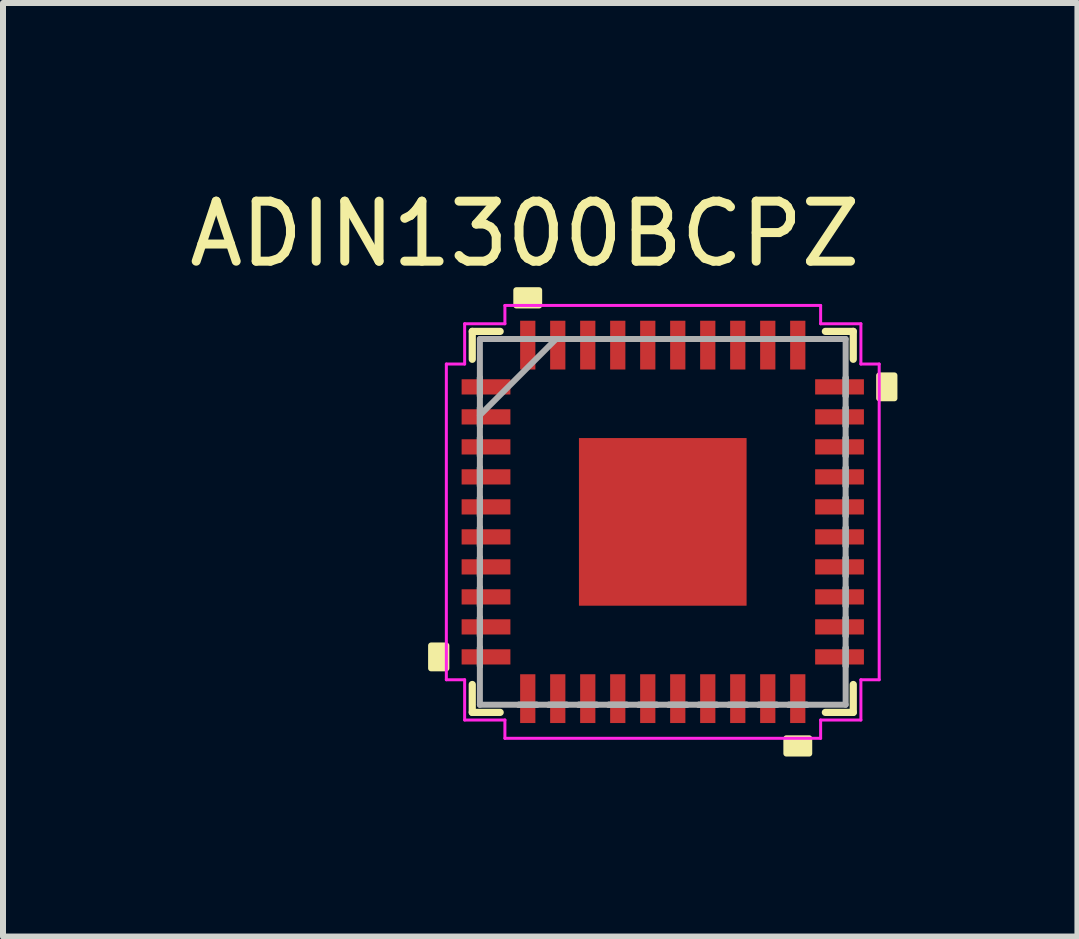
<source format=kicad_pcb>
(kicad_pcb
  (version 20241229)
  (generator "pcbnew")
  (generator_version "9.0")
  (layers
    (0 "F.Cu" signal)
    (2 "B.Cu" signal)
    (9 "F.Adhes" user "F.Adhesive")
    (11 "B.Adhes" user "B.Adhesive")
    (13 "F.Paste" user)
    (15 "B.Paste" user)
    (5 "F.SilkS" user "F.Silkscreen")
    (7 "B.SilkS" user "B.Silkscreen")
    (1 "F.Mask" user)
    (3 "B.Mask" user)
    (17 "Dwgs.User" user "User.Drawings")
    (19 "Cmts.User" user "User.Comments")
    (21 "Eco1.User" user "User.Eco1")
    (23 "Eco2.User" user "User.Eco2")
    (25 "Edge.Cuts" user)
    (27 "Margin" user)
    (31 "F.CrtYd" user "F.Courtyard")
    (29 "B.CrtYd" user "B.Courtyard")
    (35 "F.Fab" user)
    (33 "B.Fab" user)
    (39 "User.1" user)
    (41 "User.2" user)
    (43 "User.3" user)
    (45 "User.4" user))
  (footprint "ADIN1300BCPZ"
    (layer "F.Cu")
    (at 7.996 5.648)
    (property "Reference" "ADIN1300BCPZ" (at -2.3 -4.8 0) (layer "F.SilkS") (effects (font (size 1 1) (thickness 0.15))))
    (attr through_hole)
    (fp_line (start -3.175 -3.175) (end -3.175 -2.71) (stroke (width 0.12) (type solid)) (layer "F.SilkS"))
    (fp_line (start -3.175 2.71) (end -3.175 3.175) (stroke (width 0.12) (type solid)) (layer "F.SilkS"))
    (fp_line (start -3.175 3.175) (end -2.71 3.175) (stroke (width 0.12) (type solid)) (layer "F.SilkS"))
    (fp_line (start -2.71 -3.175) (end -3.175 -3.175) (stroke (width 0.12) (type solid)) (layer "F.SilkS"))
    (fp_line (start 2.71 3.175) (end 3.175 3.175) (stroke (width 0.12) (type solid)) (layer "F.SilkS"))
    (fp_line (start 3.175 -3.175) (end 2.71 -3.175) (stroke (width 0.12) (type solid)) (layer "F.SilkS"))
    (fp_line (start 3.175 -2.71) (end 3.175 -3.175) (stroke (width 0.12) (type solid)) (layer "F.SilkS"))
    (fp_line (start 3.175 3.175) (end 3.175 2.71) (stroke (width 0.12) (type solid)) (layer "F.SilkS"))
    (fp_poly (pts (xy -3.861 2.06) (xy -3.861 2.441) (xy -3.607 2.441) (xy -3.607 2.06)) (stroke (width 0.1) (type solid)) (fill yes) (layer "F.SilkS"))
    (fp_poly (pts (xy -2.441 -3.607) (xy -2.441 -3.861) (xy -2.06 -3.861) (xy -2.06 -3.607)) (stroke (width 0.1) (type solid)) (fill yes) (layer "F.SilkS"))
    (fp_poly (pts (xy 2.06 3.607) (xy 2.06 3.861) (xy 2.441 3.861) (xy 2.441 3.607)) (stroke (width 0.1) (type solid)) (fill yes) (layer "F.SilkS"))
    (fp_poly (pts (xy 3.861 -2.441) (xy 3.861 -2.06) (xy 3.607 -2.06) (xy 3.607 -2.441)) (stroke (width 0.1) (type solid)) (fill yes) (layer "F.SilkS"))
    (fp_line (start -3.607 -2.631) (end -3.302 -2.631) (stroke (width 0.05) (type solid)) (layer "F.CrtYd"))
    (fp_line (start -3.607 2.631) (end -3.607 -2.631) (stroke (width 0.05) (type solid)) (layer "F.CrtYd"))
    (fp_line (start -3.302 -3.302) (end -2.631 -3.302) (stroke (width 0.05) (type solid)) (layer "F.CrtYd"))
    (fp_line (start -3.302 -2.631) (end -3.302 -3.302) (stroke (width 0.05) (type solid)) (layer "F.CrtYd"))
    (fp_line (start -3.302 2.631) (end -3.607 2.631) (stroke (width 0.05) (type solid)) (layer "F.CrtYd"))
    (fp_line (start -3.302 3.302) (end -3.302 2.631) (stroke (width 0.05) (type solid)) (layer "F.CrtYd"))
    (fp_line (start -2.631 -3.607) (end 2.631 -3.607) (stroke (width 0.05) (type solid)) (layer "F.CrtYd"))
    (fp_line (start -2.631 -3.302) (end -2.631 -3.607) (stroke (width 0.05) (type solid)) (layer "F.CrtYd"))
    (fp_line (start -2.631 3.302) (end -3.302 3.302) (stroke (width 0.05) (type solid)) (layer "F.CrtYd"))
    (fp_line (start -2.631 3.607) (end -2.631 3.302) (stroke (width 0.05) (type solid)) (layer "F.CrtYd"))
    (fp_line (start 2.631 -3.607) (end 2.631 -3.302) (stroke (width 0.05) (type solid)) (layer "F.CrtYd"))
    (fp_line (start 2.631 -3.302) (end 3.302 -3.302) (stroke (width 0.05) (type solid)) (layer "F.CrtYd"))
    (fp_line (start 2.631 3.302) (end 2.631 3.607) (stroke (width 0.05) (type solid)) (layer "F.CrtYd"))
    (fp_line (start 2.631 3.607) (end -2.631 3.607) (stroke (width 0.05) (type solid)) (layer "F.CrtYd"))
    (fp_line (start 3.302 -3.302) (end 3.302 -2.631) (stroke (width 0.05) (type solid)) (layer "F.CrtYd"))
    (fp_line (start 3.302 -2.631) (end 3.607 -2.631) (stroke (width 0.05) (type solid)) (layer "F.CrtYd"))
    (fp_line (start 3.302 2.631) (end 3.302 3.302) (stroke (width 0.05) (type solid)) (layer "F.CrtYd"))
    (fp_line (start 3.302 3.302) (end 2.631 3.302) (stroke (width 0.05) (type solid)) (layer "F.CrtYd"))
    (fp_line (start 3.607 -2.631) (end 3.607 2.631) (stroke (width 0.05) (type solid)) (layer "F.CrtYd"))
    (fp_line (start 3.607 2.631) (end 3.302 2.631) (stroke (width 0.05) (type solid)) (layer "F.CrtYd"))
    (fp_line (start -3.048 -3.048) (end -3.048 3.048) (stroke (width 0.1) (type solid)) (layer "F.Fab"))
    (fp_line (start -3.048 -2.402) (end -3.048 -2.402) (stroke (width 0.1) (type solid)) (layer "F.Fab"))
    (fp_line (start -3.048 -2.402) (end -3.048 -2.098) (stroke (width 0.1) (type solid)) (layer "F.Fab"))
    (fp_line (start -3.048 -2.098) (end -3.048 -2.402) (stroke (width 0.1) (type solid)) (layer "F.Fab"))
    (fp_line (start -3.048 -2.098) (end -3.048 -2.098) (stroke (width 0.1) (type solid)) (layer "F.Fab"))
    (fp_line (start -3.048 -1.902) (end -3.048 -1.902) (stroke (width 0.1) (type solid)) (layer "F.Fab"))
    (fp_line (start -3.048 -1.902) (end -3.048 -1.598) (stroke (width 0.1) (type solid)) (layer "F.Fab"))
    (fp_line (start -3.048 -1.778) (end -1.778 -3.048) (stroke (width 0.1) (type solid)) (layer "F.Fab"))
    (fp_line (start -3.048 -1.598) (end -3.048 -1.902) (stroke (width 0.1) (type solid)) (layer "F.Fab"))
    (fp_line (start -3.048 -1.598) (end -3.048 -1.598) (stroke (width 0.1) (type solid)) (layer "F.Fab"))
    (fp_line (start -3.048 -1.402) (end -3.048 -1.402) (stroke (width 0.1) (type solid)) (layer "F.Fab"))
    (fp_line (start -3.048 -1.402) (end -3.048 -1.098) (stroke (width 0.1) (type solid)) (layer "F.Fab"))
    (fp_line (start -3.048 -1.098) (end -3.048 -1.402) (stroke (width 0.1) (type solid)) (layer "F.Fab"))
    (fp_line (start -3.048 -1.098) (end -3.048 -1.098) (stroke (width 0.1) (type solid)) (layer "F.Fab"))
    (fp_line (start -3.048 -0.902) (end -3.048 -0.902) (stroke (width 0.1) (type solid)) (layer "F.Fab"))
    (fp_line (start -3.048 -0.902) (end -3.048 -0.598) (stroke (width 0.1) (type solid)) (layer "F.Fab"))
    (fp_line (start -3.048 -0.598) (end -3.048 -0.902) (stroke (width 0.1) (type solid)) (layer "F.Fab"))
    (fp_line (start -3.048 -0.598) (end -3.048 -0.598) (stroke (width 0.1) (type solid)) (layer "F.Fab"))
    (fp_line (start -3.048 -0.402) (end -3.048 -0.402) (stroke (width 0.1) (type solid)) (layer "F.Fab"))
    (fp_line (start -3.048 -0.402) (end -3.048 -0.098) (stroke (width 0.1) (type solid)) (layer "F.Fab"))
    (fp_line (start -3.048 -0.098) (end -3.048 -0.402) (stroke (width 0.1) (type solid)) (layer "F.Fab"))
    (fp_line (start -3.048 -0.098) (end -3.048 -0.098) (stroke (width 0.1) (type solid)) (layer "F.Fab"))
    (fp_line (start -3.048 0.098) (end -3.048 0.098) (stroke (width 0.1) (type solid)) (layer "F.Fab"))
    (fp_line (start -3.048 0.098) (end -3.048 0.402) (stroke (width 0.1) (type solid)) (layer "F.Fab"))
    (fp_line (start -3.048 0.402) (end -3.048 0.098) (stroke (width 0.1) (type solid)) (layer "F.Fab"))
    (fp_line (start -3.048 0.402) (end -3.048 0.402) (stroke (width 0.1) (type solid)) (layer "F.Fab"))
    (fp_line (start -3.048 0.598) (end -3.048 0.598) (stroke (width 0.1) (type solid)) (layer "F.Fab"))
    (fp_line (start -3.048 0.598) (end -3.048 0.902) (stroke (width 0.1) (type solid)) (layer "F.Fab"))
    (fp_line (start -3.048 0.902) (end -3.048 0.598) (stroke (width 0.1) (type solid)) (layer "F.Fab"))
    (fp_line (start -3.048 0.902) (end -3.048 0.902) (stroke (width 0.1) (type solid)) (layer "F.Fab"))
    (fp_line (start -3.048 1.098) (end -3.048 1.098) (stroke (width 0.1) (type solid)) (layer "F.Fab"))
    (fp_line (start -3.048 1.098) (end -3.048 1.402) (stroke (width 0.1) (type solid)) (layer "F.Fab"))
    (fp_line (start -3.048 1.402) (end -3.048 1.098) (stroke (width 0.1) (type solid)) (layer "F.Fab"))
    (fp_line (start -3.048 1.402) (end -3.048 1.402) (stroke (width 0.1) (type solid)) (layer "F.Fab"))
    (fp_line (start -3.048 1.598) (end -3.048 1.598) (stroke (width 0.1) (type solid)) (layer "F.Fab"))
    (fp_line (start -3.048 1.598) (end -3.048 1.902) (stroke (width 0.1) (type solid)) (layer "F.Fab"))
    (fp_line (start -3.048 1.902) (end -3.048 1.598) (stroke (width 0.1) (type solid)) (layer "F.Fab"))
    (fp_line (start -3.048 1.902) (end -3.048 1.902) (stroke (width 0.1) (type solid)) (layer "F.Fab"))
    (fp_line (start -3.048 2.098) (end -3.048 2.098) (stroke (width 0.1) (type solid)) (layer "F.Fab"))
    (fp_line (start -3.048 2.098) (end -3.048 2.402) (stroke (width 0.1) (type solid)) (layer "F.Fab"))
    (fp_line (start -3.048 2.402) (end -3.048 2.098) (stroke (width 0.1) (type solid)) (layer "F.Fab"))
    (fp_line (start -3.048 2.402) (end -3.048 2.402) (stroke (width 0.1) (type solid)) (layer "F.Fab"))
    (fp_line (start -3.048 3.048) (end 3.048 3.048) (stroke (width 0.1) (type solid)) (layer "F.Fab"))
    (fp_line (start -2.402 -3.048) (end -2.402 -3.048) (stroke (width 0.1) (type solid)) (layer "F.Fab"))
    (fp_line (start -2.402 -3.048) (end -2.098 -3.048) (stroke (width 0.1) (type solid)) (layer "F.Fab"))
    (fp_line (start -2.402 3.048) (end -2.402 3.048) (stroke (width 0.1) (type solid)) (layer "F.Fab"))
    (fp_line (start -2.402 3.048) (end -2.098 3.048) (stroke (width 0.1) (type solid)) (layer "F.Fab"))
    (fp_line (start -2.098 -3.048) (end -2.402 -3.048) (stroke (width 0.1) (type solid)) (layer "F.Fab"))
    (fp_line (start -2.098 -3.048) (end -2.098 -3.048) (stroke (width 0.1) (type solid)) (layer "F.Fab"))
    (fp_line (start -2.098 3.048) (end -2.402 3.048) (stroke (width 0.1) (type solid)) (layer "F.Fab"))
    (fp_line (start -2.098 3.048) (end -2.098 3.048) (stroke (width 0.1) (type solid)) (layer "F.Fab"))
    (fp_line (start -1.902 -3.048) (end -1.902 -3.048) (stroke (width 0.1) (type solid)) (layer "F.Fab"))
    (fp_line (start -1.902 -3.048) (end -1.598 -3.048) (stroke (width 0.1) (type solid)) (layer "F.Fab"))
    (fp_line (start -1.902 3.048) (end -1.902 3.048) (stroke (width 0.1) (type solid)) (layer "F.Fab"))
    (fp_line (start -1.902 3.048) (end -1.598 3.048) (stroke (width 0.1) (type solid)) (layer "F.Fab"))
    (fp_line (start -1.598 -3.048) (end -1.902 -3.048) (stroke (width 0.1) (type solid)) (layer "F.Fab"))
    (fp_line (start -1.598 -3.048) (end -1.598 -3.048) (stroke (width 0.1) (type solid)) (layer "F.Fab"))
    (fp_line (start -1.598 3.048) (end -1.902 3.048) (stroke (width 0.1) (type solid)) (layer "F.Fab"))
    (fp_line (start -1.598 3.048) (end -1.598 3.048) (stroke (width 0.1) (type solid)) (layer "F.Fab"))
    (fp_line (start -1.402 -3.048) (end -1.402 -3.048) (stroke (width 0.1) (type solid)) (layer "F.Fab"))
    (fp_line (start -1.402 -3.048) (end -1.098 -3.048) (stroke (width 0.1) (type solid)) (layer "F.Fab"))
    (fp_line (start -1.402 3.048) (end -1.402 3.048) (stroke (width 0.1) (type solid)) (layer "F.Fab"))
    (fp_line (start -1.402 3.048) (end -1.098 3.048) (stroke (width 0.1) (type solid)) (layer "F.Fab"))
    (fp_line (start -1.098 -3.048) (end -1.402 -3.048) (stroke (width 0.1) (type solid)) (layer "F.Fab"))
    (fp_line (start -1.098 -3.048) (end -1.098 -3.048) (stroke (width 0.1) (type solid)) (layer "F.Fab"))
    (fp_line (start -1.098 3.048) (end -1.402 3.048) (stroke (width 0.1) (type solid)) (layer "F.Fab"))
    (fp_line (start -1.098 3.048) (end -1.098 3.048) (stroke (width 0.1) (type solid)) (layer "F.Fab"))
    (fp_line (start -0.902 -3.048) (end -0.902 -3.048) (stroke (width 0.1) (type solid)) (layer "F.Fab"))
    (fp_line (start -0.902 -3.048) (end -0.598 -3.048) (stroke (width 0.1) (type solid)) (layer "F.Fab"))
    (fp_line (start -0.902 3.048) (end -0.902 3.048) (stroke (width 0.1) (type solid)) (layer "F.Fab"))
    (fp_line (start -0.902 3.048) (end -0.598 3.048) (stroke (width 0.1) (type solid)) (layer "F.Fab"))
    (fp_line (start -0.598 -3.048) (end -0.902 -3.048) (stroke (width 0.1) (type solid)) (layer "F.Fab"))
    (fp_line (start -0.598 -3.048) (end -0.598 -3.048) (stroke (width 0.1) (type solid)) (layer "F.Fab"))
    (fp_line (start -0.598 3.048) (end -0.902 3.048) (stroke (width 0.1) (type solid)) (layer "F.Fab"))
    (fp_line (start -0.598 3.048) (end -0.598 3.048) (stroke (width 0.1) (type solid)) (layer "F.Fab"))
    (fp_line (start -0.402 -3.048) (end -0.402 -3.048) (stroke (width 0.1) (type solid)) (layer "F.Fab"))
    (fp_line (start -0.402 -3.048) (end -0.098 -3.048) (stroke (width 0.1) (type solid)) (layer "F.Fab"))
    (fp_line (start -0.402 3.048) (end -0.402 3.048) (stroke (width 0.1) (type solid)) (layer "F.Fab"))
    (fp_line (start -0.402 3.048) (end -0.098 3.048) (stroke (width 0.1) (type solid)) (layer "F.Fab"))
    (fp_line (start -0.098 -3.048) (end -0.402 -3.048) (stroke (width 0.1) (type solid)) (layer "F.Fab"))
    (fp_line (start -0.098 -3.048) (end -0.098 -3.048) (stroke (width 0.1) (type solid)) (layer "F.Fab"))
    (fp_line (start -0.098 3.048) (end -0.402 3.048) (stroke (width 0.1) (type solid)) (layer "F.Fab"))
    (fp_line (start -0.098 3.048) (end -0.098 3.048) (stroke (width 0.1) (type solid)) (layer "F.Fab"))
    (fp_line (start 0.098 -3.048) (end 0.098 -3.048) (stroke (width 0.1) (type solid)) (layer "F.Fab"))
    (fp_line (start 0.098 -3.048) (end 0.402 -3.048) (stroke (width 0.1) (type solid)) (layer "F.Fab"))
    (fp_line (start 0.098 3.048) (end 0.098 3.048) (stroke (width 0.1) (type solid)) (layer "F.Fab"))
    (fp_line (start 0.098 3.048) (end 0.402 3.048) (stroke (width 0.1) (type solid)) (layer "F.Fab"))
    (fp_line (start 0.402 -3.048) (end 0.098 -3.048) (stroke (width 0.1) (type solid)) (layer "F.Fab"))
    (fp_line (start 0.402 -3.048) (end 0.402 -3.048) (stroke (width 0.1) (type solid)) (layer "F.Fab"))
    (fp_line (start 0.402 3.048) (end 0.098 3.048) (stroke (width 0.1) (type solid)) (layer "F.Fab"))
    (fp_line (start 0.402 3.048) (end 0.402 3.048) (stroke (width 0.1) (type solid)) (layer "F.Fab"))
    (fp_line (start 0.598 -3.048) (end 0.598 -3.048) (stroke (width 0.1) (type solid)) (layer "F.Fab"))
    (fp_line (start 0.598 -3.048) (end 0.902 -3.048) (stroke (width 0.1) (type solid)) (layer "F.Fab"))
    (fp_line (start 0.598 3.048) (end 0.598 3.048) (stroke (width 0.1) (type solid)) (layer "F.Fab"))
    (fp_line (start 0.598 3.048) (end 0.902 3.048) (stroke (width 0.1) (type solid)) (layer "F.Fab"))
    (fp_line (start 0.902 -3.048) (end 0.598 -3.048) (stroke (width 0.1) (type solid)) (layer "F.Fab"))
    (fp_line (start 0.902 -3.048) (end 0.902 -3.048) (stroke (width 0.1) (type solid)) (layer "F.Fab"))
    (fp_line (start 0.902 3.048) (end 0.598 3.048) (stroke (width 0.1) (type solid)) (layer "F.Fab"))
    (fp_line (start 0.902 3.048) (end 0.902 3.048) (stroke (width 0.1) (type solid)) (layer "F.Fab"))
    (fp_line (start 1.098 -3.048) (end 1.098 -3.048) (stroke (width 0.1) (type solid)) (layer "F.Fab"))
    (fp_line (start 1.098 -3.048) (end 1.402 -3.048) (stroke (width 0.1) (type solid)) (layer "F.Fab"))
    (fp_line (start 1.098 3.048) (end 1.098 3.048) (stroke (width 0.1) (type solid)) (layer "F.Fab"))
    (fp_line (start 1.098 3.048) (end 1.402 3.048) (stroke (width 0.1) (type solid)) (layer "F.Fab"))
    (fp_line (start 1.402 -3.048) (end 1.098 -3.048) (stroke (width 0.1) (type solid)) (layer "F.Fab"))
    (fp_line (start 1.402 -3.048) (end 1.402 -3.048) (stroke (width 0.1) (type solid)) (layer "F.Fab"))
    (fp_line (start 1.402 3.048) (end 1.098 3.048) (stroke (width 0.1) (type solid)) (layer "F.Fab"))
    (fp_line (start 1.402 3.048) (end 1.402 3.048) (stroke (width 0.1) (type solid)) (layer "F.Fab"))
    (fp_line (start 1.598 -3.048) (end 1.598 -3.048) (stroke (width 0.1) (type solid)) (layer "F.Fab"))
    (fp_line (start 1.598 -3.048) (end 1.902 -3.048) (stroke (width 0.1) (type solid)) (layer "F.Fab"))
    (fp_line (start 1.598 3.048) (end 1.598 3.048) (stroke (width 0.1) (type solid)) (layer "F.Fab"))
    (fp_line (start 1.598 3.048) (end 1.902 3.048) (stroke (width 0.1) (type solid)) (layer "F.Fab"))
    (fp_line (start 1.902 -3.048) (end 1.598 -3.048) (stroke (width 0.1) (type solid)) (layer "F.Fab"))
    (fp_line (start 1.902 -3.048) (end 1.902 -3.048) (stroke (width 0.1) (type solid)) (layer "F.Fab"))
    (fp_line (start 1.902 3.048) (end 1.598 3.048) (stroke (width 0.1) (type solid)) (layer "F.Fab"))
    (fp_line (start 1.902 3.048) (end 1.902 3.048) (stroke (width 0.1) (type solid)) (layer "F.Fab"))
    (fp_line (start 2.098 -3.048) (end 2.098 -3.048) (stroke (width 0.1) (type solid)) (layer "F.Fab"))
    (fp_line (start 2.098 -3.048) (end 2.402 -3.048) (stroke (width 0.1) (type solid)) (layer "F.Fab"))
    (fp_line (start 2.098 3.048) (end 2.098 3.048) (stroke (width 0.1) (type solid)) (layer "F.Fab"))
    (fp_line (start 2.098 3.048) (end 2.402 3.048) (stroke (width 0.1) (type solid)) (layer "F.Fab"))
    (fp_line (start 2.402 -3.048) (end 2.098 -3.048) (stroke (width 0.1) (type solid)) (layer "F.Fab"))
    (fp_line (start 2.402 -3.048) (end 2.402 -3.048) (stroke (width 0.1) (type solid)) (layer "F.Fab"))
    (fp_line (start 2.402 3.048) (end 2.098 3.048) (stroke (width 0.1) (type solid)) (layer "F.Fab"))
    (fp_line (start 2.402 3.048) (end 2.402 3.048) (stroke (width 0.1) (type solid)) (layer "F.Fab"))
    (fp_line (start 3.048 -3.048) (end -3.048 -3.048) (stroke (width 0.1) (type solid)) (layer "F.Fab"))
    (fp_line (start 3.048 -2.402) (end 3.048 -2.402) (stroke (width 0.1) (type solid)) (layer "F.Fab"))
    (fp_line (start 3.048 -2.402) (end 3.048 -2.098) (stroke (width 0.1) (type solid)) (layer "F.Fab"))
    (fp_line (start 3.048 -2.098) (end 3.048 -2.402) (stroke (width 0.1) (type solid)) (layer "F.Fab"))
    (fp_line (start 3.048 -2.098) (end 3.048 -2.098) (stroke (width 0.1) (type solid)) (layer "F.Fab"))
    (fp_line (start 3.048 -1.902) (end 3.048 -1.902) (stroke (width 0.1) (type solid)) (layer "F.Fab"))
    (fp_line (start 3.048 -1.902) (end 3.048 -1.598) (stroke (width 0.1) (type solid)) (layer "F.Fab"))
    (fp_line (start 3.048 -1.598) (end 3.048 -1.902) (stroke (width 0.1) (type solid)) (layer "F.Fab"))
    (fp_line (start 3.048 -1.598) (end 3.048 -1.598) (stroke (width 0.1) (type solid)) (layer "F.Fab"))
    (fp_line (start 3.048 -1.402) (end 3.048 -1.402) (stroke (width 0.1) (type solid)) (layer "F.Fab"))
    (fp_line (start 3.048 -1.402) (end 3.048 -1.098) (stroke (width 0.1) (type solid)) (layer "F.Fab"))
    (fp_line (start 3.048 -1.098) (end 3.048 -1.402) (stroke (width 0.1) (type solid)) (layer "F.Fab"))
    (fp_line (start 3.048 -1.098) (end 3.048 -1.098) (stroke (width 0.1) (type solid)) (layer "F.Fab"))
    (fp_line (start 3.048 -0.902) (end 3.048 -0.902) (stroke (width 0.1) (type solid)) (layer "F.Fab"))
    (fp_line (start 3.048 -0.902) (end 3.048 -0.598) (stroke (width 0.1) (type solid)) (layer "F.Fab"))
    (fp_line (start 3.048 -0.598) (end 3.048 -0.902) (stroke (width 0.1) (type solid)) (layer "F.Fab"))
    (fp_line (start 3.048 -0.598) (end 3.048 -0.598) (stroke (width 0.1) (type solid)) (layer "F.Fab"))
    (fp_line (start 3.048 -0.402) (end 3.048 -0.402) (stroke (width 0.1) (type solid)) (layer "F.Fab"))
    (fp_line (start 3.048 -0.402) (end 3.048 -0.098) (stroke (width 0.1) (type solid)) (layer "F.Fab"))
    (fp_line (start 3.048 -0.098) (end 3.048 -0.402) (stroke (width 0.1) (type solid)) (layer "F.Fab"))
    (fp_line (start 3.048 -0.098) (end 3.048 -0.098) (stroke (width 0.1) (type solid)) (layer "F.Fab"))
    (fp_line (start 3.048 0.098) (end 3.048 0.098) (stroke (width 0.1) (type solid)) (layer "F.Fab"))
    (fp_line (start 3.048 0.098) (end 3.048 0.402) (stroke (width 0.1) (type solid)) (layer "F.Fab"))
    (fp_line (start 3.048 0.402) (end 3.048 0.098) (stroke (width 0.1) (type solid)) (layer "F.Fab"))
    (fp_line (start 3.048 0.402) (end 3.048 0.402) (stroke (width 0.1) (type solid)) (layer "F.Fab"))
    (fp_line (start 3.048 0.598) (end 3.048 0.598) (stroke (width 0.1) (type solid)) (layer "F.Fab"))
    (fp_line (start 3.048 0.598) (end 3.048 0.902) (stroke (width 0.1) (type solid)) (layer "F.Fab"))
    (fp_line (start 3.048 0.902) (end 3.048 0.598) (stroke (width 0.1) (type solid)) (layer "F.Fab"))
    (fp_line (start 3.048 0.902) (end 3.048 0.902) (stroke (width 0.1) (type solid)) (layer "F.Fab"))
    (fp_line (start 3.048 1.098) (end 3.048 1.098) (stroke (width 0.1) (type solid)) (layer "F.Fab"))
    (fp_line (start 3.048 1.098) (end 3.048 1.402) (stroke (width 0.1) (type solid)) (layer "F.Fab"))
    (fp_line (start 3.048 1.402) (end 3.048 1.098) (stroke (width 0.1) (type solid)) (layer "F.Fab"))
    (fp_line (start 3.048 1.402) (end 3.048 1.402) (stroke (width 0.1) (type solid)) (layer "F.Fab"))
    (fp_line (start 3.048 1.598) (end 3.048 1.598) (stroke (width 0.1) (type solid)) (layer "F.Fab"))
    (fp_line (start 3.048 1.598) (end 3.048 1.902) (stroke (width 0.1) (type solid)) (layer "F.Fab"))
    (fp_line (start 3.048 1.902) (end 3.048 1.598) (stroke (width 0.1) (type solid)) (layer "F.Fab"))
    (fp_line (start 3.048 1.902) (end 3.048 1.902) (stroke (width 0.1) (type solid)) (layer "F.Fab"))
    (fp_line (start 3.048 2.098) (end 3.048 2.098) (stroke (width 0.1) (type solid)) (layer "F.Fab"))
    (fp_line (start 3.048 2.098) (end 3.048 2.402) (stroke (width 0.1) (type solid)) (layer "F.Fab"))
    (fp_line (start 3.048 2.402) (end 3.048 2.098) (stroke (width 0.1) (type solid)) (layer "F.Fab"))
    (fp_line (start 3.048 2.402) (end 3.048 2.402) (stroke (width 0.1) (type solid)) (layer "F.Fab"))
    (fp_line (start 3.048 3.048) (end 3.048 -3.048) (stroke (width 0.1) (type solid)) (layer "F.Fab"))
    (pad "1" smd rect (at -2.946 -2.25 90) (size 0.254 0.813) (layers "F.Cu" "F.Mask" "F.Paste"))
    (pad "2" smd rect (at -2.946 -1.75 90) (size 0.254 0.813) (layers "F.Cu" "F.Mask" "F.Paste"))
    (pad "3" smd rect (at -2.946 -1.25 90) (size 0.254 0.813) (layers "F.Cu" "F.Mask" "F.Paste"))
    (pad "4" smd rect (at -2.946 -0.75 90) (size 0.254 0.813) (layers "F.Cu" "F.Mask" "F.Paste"))
    (pad "5" smd rect (at -2.946 -0.25 90) (size 0.254 0.813) (layers "F.Cu" "F.Mask" "F.Paste"))
    (pad "6" smd rect (at -2.946 0.25 90) (size 0.254 0.813) (layers "F.Cu" "F.Mask" "F.Paste"))
    (pad "7" smd rect (at -2.946 0.75 90) (size 0.254 0.813) (layers "F.Cu" "F.Mask" "F.Paste"))
    (pad "8" smd rect (at -2.946 1.25 90) (size 0.254 0.813) (layers "F.Cu" "F.Mask" "F.Paste"))
    (pad "9" smd rect (at -2.946 1.75 90) (size 0.254 0.813) (layers "F.Cu" "F.Mask" "F.Paste"))
    (pad "10" smd rect (at -2.946 2.25 90) (size 0.254 0.813) (layers "F.Cu" "F.Mask" "F.Paste"))
    (pad "11" smd rect (at -2.25 2.946) (size 0.254 0.813) (layers "F.Cu" "F.Mask" "F.Paste"))
    (pad "12" smd rect (at -1.75 2.946) (size 0.254 0.813) (layers "F.Cu" "F.Mask" "F.Paste"))
    (pad "13" smd rect (at -1.25 2.946) (size 0.254 0.813) (layers "F.Cu" "F.Mask" "F.Paste"))
    (pad "14" smd rect (at -0.75 2.946) (size 0.254 0.813) (layers "F.Cu" "F.Mask" "F.Paste"))
    (pad "15" smd rect (at -0.25 2.946) (size 0.254 0.813) (layers "F.Cu" "F.Mask" "F.Paste"))
    (pad "16" smd rect (at 0.25 2.946) (size 0.254 0.813) (layers "F.Cu" "F.Mask" "F.Paste"))
    (pad "17" smd rect (at 0.75 2.946) (size 0.254 0.813) (layers "F.Cu" "F.Mask" "F.Paste"))
    (pad "18" smd rect (at 1.25 2.946) (size 0.254 0.813) (layers "F.Cu" "F.Mask" "F.Paste"))
    (pad "19" smd rect (at 1.75 2.946) (size 0.254 0.813) (layers "F.Cu" "F.Mask" "F.Paste"))
    (pad "20" smd rect (at 2.25 2.946) (size 0.254 0.813) (layers "F.Cu" "F.Mask" "F.Paste"))
    (pad "21" smd rect (at 2.946 2.25 90) (size 0.254 0.813) (layers "F.Cu" "F.Mask" "F.Paste"))
    (pad "22" smd rect (at 2.946 1.75 90) (size 0.254 0.813) (layers "F.Cu" "F.Mask" "F.Paste"))
    (pad "23" smd rect (at 2.946 1.25 90) (size 0.254 0.813) (layers "F.Cu" "F.Mask" "F.Paste"))
    (pad "24" smd rect (at 2.946 0.75 90) (size 0.254 0.813) (layers "F.Cu" "F.Mask" "F.Paste"))
    (pad "25" smd rect (at 2.946 0.25 90) (size 0.254 0.813) (layers "F.Cu" "F.Mask" "F.Paste"))
    (pad "26" smd rect (at 2.946 -0.25 90) (size 0.254 0.813) (layers "F.Cu" "F.Mask" "F.Paste"))
    (pad "27" smd rect (at 2.946 -0.75 90) (size 0.254 0.813) (layers "F.Cu" "F.Mask" "F.Paste"))
    (pad "28" smd rect (at 2.946 -1.25 90) (size 0.254 0.813) (layers "F.Cu" "F.Mask" "F.Paste"))
    (pad "29" smd rect (at 2.946 -1.75 90) (size 0.254 0.813) (layers "F.Cu" "F.Mask" "F.Paste"))
    (pad "30" smd rect (at 2.946 -2.25 90) (size 0.254 0.813) (layers "F.Cu" "F.Mask" "F.Paste"))
    (pad "31" smd rect (at 2.25 -2.946) (size 0.254 0.813) (layers "F.Cu" "F.Mask" "F.Paste"))
    (pad "32" smd rect (at 1.75 -2.946) (size 0.254 0.813) (layers "F.Cu" "F.Mask" "F.Paste"))
    (pad "33" smd rect (at 1.25 -2.946) (size 0.254 0.813) (layers "F.Cu" "F.Mask" "F.Paste"))
    (pad "34" smd rect (at 0.75 -2.946) (size 0.254 0.813) (layers "F.Cu" "F.Mask" "F.Paste"))
    (pad "35" smd rect (at 0.25 -2.946) (size 0.254 0.813) (layers "F.Cu" "F.Mask" "F.Paste"))
    (pad "36" smd rect (at -0.25 -2.946) (size 0.254 0.813) (layers "F.Cu" "F.Mask" "F.Paste"))
    (pad "37" smd rect (at -0.75 -2.946) (size 0.254 0.813) (layers "F.Cu" "F.Mask" "F.Paste"))
    (pad "38" smd rect (at -1.25 -2.946) (size 0.254 0.813) (layers "F.Cu" "F.Mask" "F.Paste"))
    (pad "39" smd rect (at -1.75 -2.946) (size 0.254 0.813) (layers "F.Cu" "F.Mask" "F.Paste"))
    (pad "40" smd rect (at -2.25 -2.946) (size 0.254 0.813) (layers "F.Cu" "F.Mask" "F.Paste"))
    (pad "41" smd rect (at 0 0) (size 2.794 2.794) (layers "F.Cu" "F.Mask" "F.Paste")))
  (gr_rect
    (start -3 -3)
    (end 14.907 12.559)
    (stroke (width 0.1) (type default))
    (fill no)
    (layer "Edge.Cuts")))
</source>
